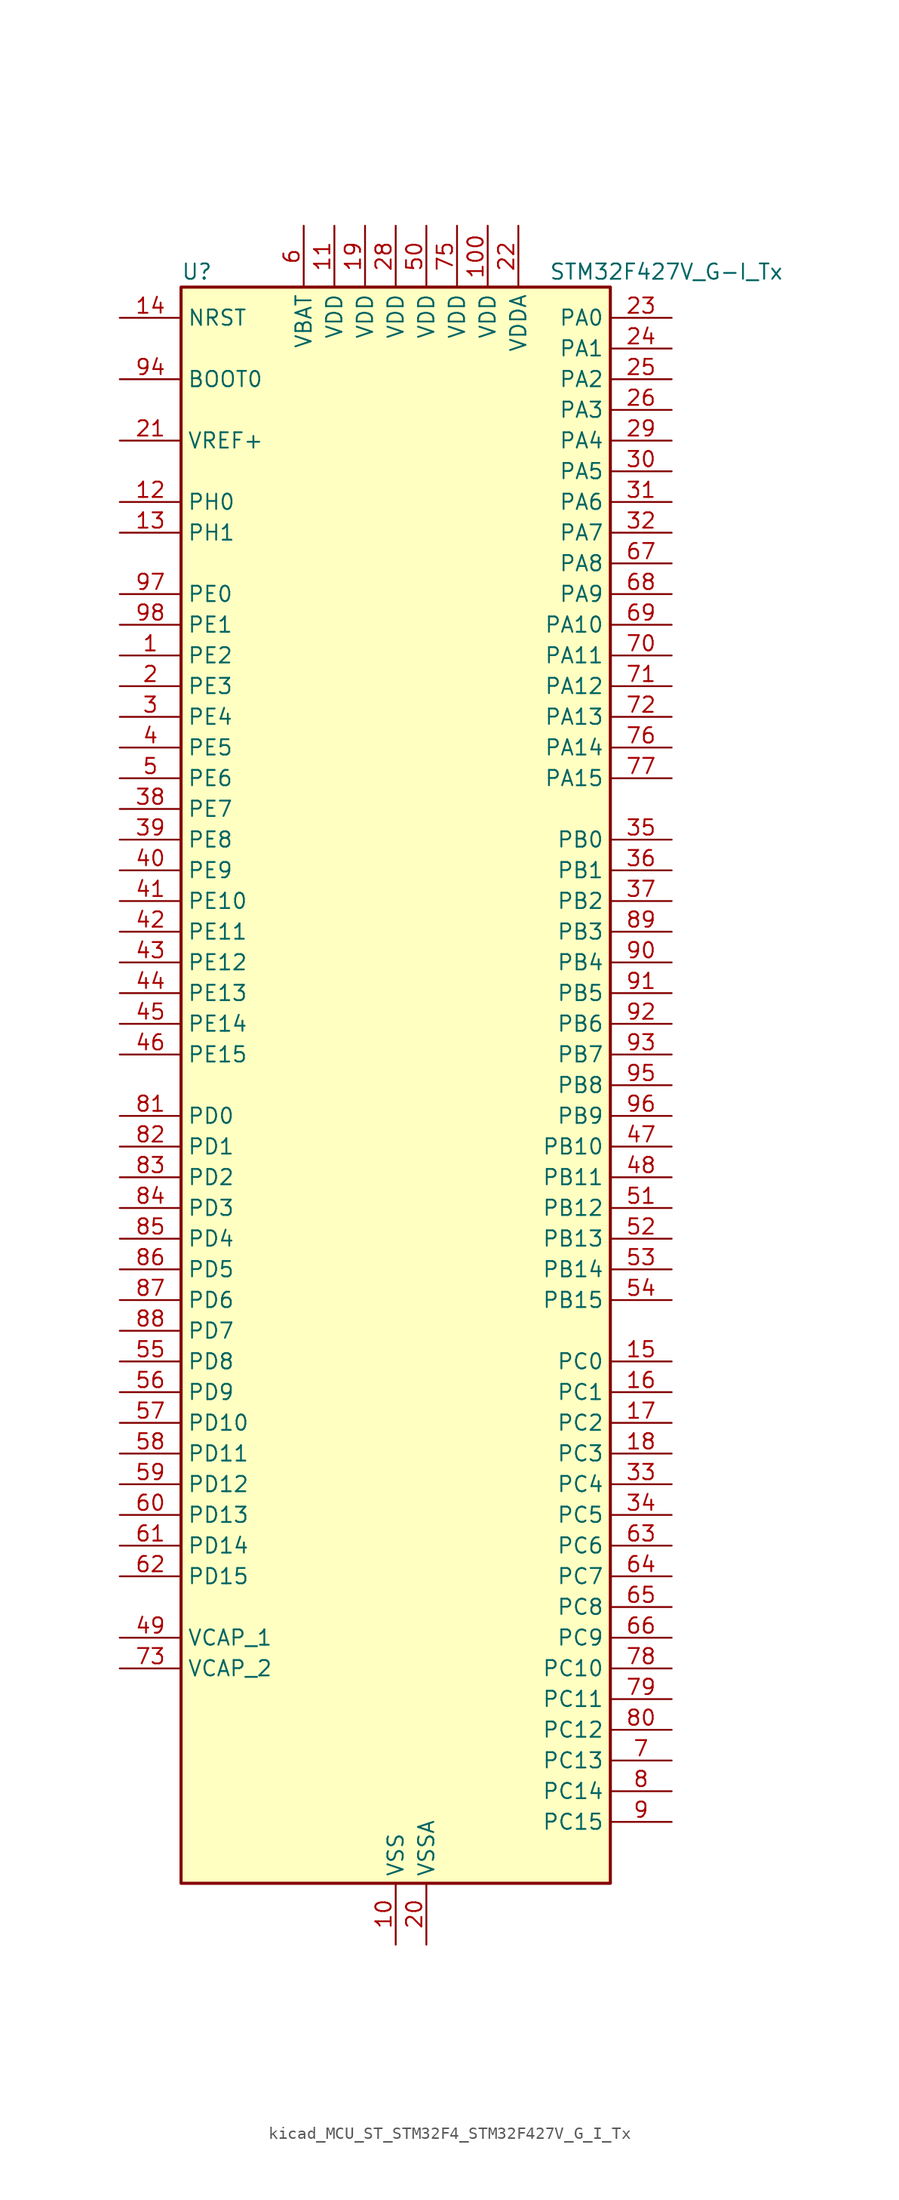
<source format=kicad_sym>
(kicad_symbol_lib
  (version 20220914)
  (generator kicad_symbol_editor)
  (symbol "kicad_MCU_ST_STM32F4_STM32F427V_G_I_Tx"
    (property "Reference" "U"
      (at -17.78 67.31 0)
      (effects (font (size 1.27 1.27)) (justify left)))
    (property "Value" "STM32F427V_G-I_Tx"
      (at 12.7 67.31 0)
      (effects (font (size 1.27 1.27)) (justify left)))
    (property "ki_locked" ""
      (at 0 0 0)
      (effects (font (size 1.27 1.27))))
    (symbol "kicad_MCU_ST_STM32F4_STM32F427V_G_I_Tx_0_1"
      (rectangle (start -17.78 -66.04) (end 17.78 66.04) (stroke (width 0.254) (type default)) (fill (type background))))
    (symbol "kicad_MCU_ST_STM32F4_STM32F427V_G_I_Tx_1_1"
      (pin bidirectional line (at -22.86 35.56 0) (length 5.08) (name "PE2" (effects (font (size 1.27 1.27)))) (number "1" (effects (font (size 1.27 1.27)))) (alternate "ETH_TXD3" bidirectional line) (alternate "FMC_A23" bidirectional line) (alternate "SAI1_MCLK_A" bidirectional line) (alternate "SPI4_SCK" bidirectional line) (alternate "SYS_TRACECLK" bidirectional line))
      (pin power_in line (at 0 -71.12 90) (length 5.08) (name "VSS" (effects (font (size 1.27 1.27)))) (number "10" (effects (font (size 1.27 1.27)))))
      (pin power_in line (at 7.62 71.12 270) (length 5.08) (name "VDD" (effects (font (size 1.27 1.27)))) (number "100" (effects (font (size 1.27 1.27)))))
      (pin power_in line (at -5.08 71.12 270) (length 5.08) (name "VDD" (effects (font (size 1.27 1.27)))) (number "11" (effects (font (size 1.27 1.27)))))
      (pin bidirectional line (at -22.86 48.26 0) (length 5.08) (name "PH0" (effects (font (size 1.27 1.27)))) (number "12" (effects (font (size 1.27 1.27)))) (alternate "RCC_OSC_IN" bidirectional line))
      (pin bidirectional line (at -22.86 45.72 0) (length 5.08) (name "PH1" (effects (font (size 1.27 1.27)))) (number "13" (effects (font (size 1.27 1.27)))) (alternate "RCC_OSC_OUT" bidirectional line))
      (pin input line (at -22.86 63.5 0) (length 5.08) (name "NRST" (effects (font (size 1.27 1.27)))) (number "14" (effects (font (size 1.27 1.27)))))
      (pin bidirectional line (at 22.86 -22.86 180) (length 5.08) (name "PC0" (effects (font (size 1.27 1.27)))) (number "15" (effects (font (size 1.27 1.27)))) (alternate "ADC1_IN10" bidirectional line) (alternate "ADC2_IN10" bidirectional line) (alternate "ADC3_IN10" bidirectional line) (alternate "FMC_SDNWE" bidirectional line) (alternate "USB_OTG_HS_ULPI_STP" bidirectional line))
      (pin bidirectional line (at 22.86 -25.4 180) (length 5.08) (name "PC1" (effects (font (size 1.27 1.27)))) (number "16" (effects (font (size 1.27 1.27)))) (alternate "ADC1_IN11" bidirectional line) (alternate "ADC2_IN11" bidirectional line) (alternate "ADC3_IN11" bidirectional line) (alternate "ETH_MDC" bidirectional line))
      (pin bidirectional line (at 22.86 -27.94 180) (length 5.08) (name "PC2" (effects (font (size 1.27 1.27)))) (number "17" (effects (font (size 1.27 1.27)))) (alternate "ADC1_IN12" bidirectional line) (alternate "ADC2_IN12" bidirectional line) (alternate "ADC3_IN12" bidirectional line) (alternate "ETH_TXD2" bidirectional line) (alternate "FMC_SDNE0" bidirectional line) (alternate "I2S2_ext_SD" bidirectional line) (alternate "SPI2_MISO" bidirectional line) (alternate "USB_OTG_HS_ULPI_DIR" bidirectional line))
      (pin bidirectional line (at 22.86 -30.48 180) (length 5.08) (name "PC3" (effects (font (size 1.27 1.27)))) (number "18" (effects (font (size 1.27 1.27)))) (alternate "ADC1_IN13" bidirectional line) (alternate "ADC2_IN13" bidirectional line) (alternate "ADC3_IN13" bidirectional line) (alternate "ETH_TX_CLK" bidirectional line) (alternate "FMC_SDCKE0" bidirectional line) (alternate "I2S2_SD" bidirectional line) (alternate "SPI2_MOSI" bidirectional line) (alternate "USB_OTG_HS_ULPI_NXT" bidirectional line))
      (pin power_in line (at -2.54 71.12 270) (length 5.08) (name "VDD" (effects (font (size 1.27 1.27)))) (number "19" (effects (font (size 1.27 1.27)))))
      (pin bidirectional line (at -22.86 33.02 0) (length 5.08) (name "PE3" (effects (font (size 1.27 1.27)))) (number "2" (effects (font (size 1.27 1.27)))) (alternate "FMC_A19" bidirectional line) (alternate "SAI1_SD_B" bidirectional line) (alternate "SYS_TRACED0" bidirectional line))
      (pin power_in line (at 2.54 -71.12 90) (length 5.08) (name "VSSA" (effects (font (size 1.27 1.27)))) (number "20" (effects (font (size 1.27 1.27)))))
      (pin input line (at -22.86 53.34 0) (length 5.08) (name "VREF+" (effects (font (size 1.27 1.27)))) (number "21" (effects (font (size 1.27 1.27)))))
      (pin power_in line (at 10.16 71.12 270) (length 5.08) (name "VDDA" (effects (font (size 1.27 1.27)))) (number "22" (effects (font (size 1.27 1.27)))))
      (pin bidirectional line (at 22.86 63.5 180) (length 5.08) (name "PA0" (effects (font (size 1.27 1.27)))) (number "23" (effects (font (size 1.27 1.27)))) (alternate "ADC1_IN0" bidirectional line) (alternate "ADC2_IN0" bidirectional line) (alternate "ADC3_IN0" bidirectional line) (alternate "ETH_CRS" bidirectional line) (alternate "SYS_WKUP" bidirectional line) (alternate "TIM2_CH1" bidirectional line) (alternate "TIM2_ETR" bidirectional line) (alternate "TIM5_CH1" bidirectional line) (alternate "TIM8_ETR" bidirectional line) (alternate "UART4_TX" bidirectional line) (alternate "USART2_CTS" bidirectional line))
      (pin bidirectional line (at 22.86 60.96 180) (length 5.08) (name "PA1" (effects (font (size 1.27 1.27)))) (number "24" (effects (font (size 1.27 1.27)))) (alternate "ADC1_IN1" bidirectional line) (alternate "ADC2_IN1" bidirectional line) (alternate "ADC3_IN1" bidirectional line) (alternate "ETH_REF_CLK" bidirectional line) (alternate "ETH_RX_CLK" bidirectional line) (alternate "TIM2_CH2" bidirectional line) (alternate "TIM5_CH2" bidirectional line) (alternate "UART4_RX" bidirectional line) (alternate "USART2_RTS" bidirectional line))
      (pin bidirectional line (at 22.86 58.42 180) (length 5.08) (name "PA2" (effects (font (size 1.27 1.27)))) (number "25" (effects (font (size 1.27 1.27)))) (alternate "ADC1_IN2" bidirectional line) (alternate "ADC2_IN2" bidirectional line) (alternate "ADC3_IN2" bidirectional line) (alternate "ETH_MDIO" bidirectional line) (alternate "TIM2_CH3" bidirectional line) (alternate "TIM5_CH3" bidirectional line) (alternate "TIM9_CH1" bidirectional line) (alternate "USART2_TX" bidirectional line))
      (pin bidirectional line (at 22.86 55.88 180) (length 5.08) (name "PA3" (effects (font (size 1.27 1.27)))) (number "26" (effects (font (size 1.27 1.27)))) (alternate "ADC1_IN3" bidirectional line) (alternate "ADC2_IN3" bidirectional line) (alternate "ADC3_IN3" bidirectional line) (alternate "ETH_COL" bidirectional line) (alternate "TIM2_CH4" bidirectional line) (alternate "TIM5_CH4" bidirectional line) (alternate "TIM9_CH2" bidirectional line) (alternate "USART2_RX" bidirectional line) (alternate "USB_OTG_HS_ULPI_D0" bidirectional line))
      (pin passive line (at 0 -71.12 90) (length 5.08) hide (name "VSS" (effects (font (size 1.27 1.27)))) (number "27" (effects (font (size 1.27 1.27)))))
      (pin power_in line (at 0 71.12 270) (length 5.08) (name "VDD" (effects (font (size 1.27 1.27)))) (number "28" (effects (font (size 1.27 1.27)))))
      (pin bidirectional line (at 22.86 53.34 180) (length 5.08) (name "PA4" (effects (font (size 1.27 1.27)))) (number "29" (effects (font (size 1.27 1.27)))) (alternate "ADC1_IN4" bidirectional line) (alternate "ADC2_IN4" bidirectional line) (alternate "DAC_OUT1" bidirectional line) (alternate "DCMI_HSYNC" bidirectional line) (alternate "I2S3_WS" bidirectional line) (alternate "SPI1_NSS" bidirectional line) (alternate "SPI3_NSS" bidirectional line) (alternate "USART2_CK" bidirectional line) (alternate "USB_OTG_HS_SOF" bidirectional line))
      (pin bidirectional line (at -22.86 30.48 0) (length 5.08) (name "PE4" (effects (font (size 1.27 1.27)))) (number "3" (effects (font (size 1.27 1.27)))) (alternate "DCMI_D4" bidirectional line) (alternate "FMC_A20" bidirectional line) (alternate "SAI1_FS_A" bidirectional line) (alternate "SPI4_NSS" bidirectional line) (alternate "SYS_TRACED1" bidirectional line))
      (pin bidirectional line (at 22.86 50.8 180) (length 5.08) (name "PA5" (effects (font (size 1.27 1.27)))) (number "30" (effects (font (size 1.27 1.27)))) (alternate "ADC1_IN5" bidirectional line) (alternate "ADC2_IN5" bidirectional line) (alternate "DAC_OUT2" bidirectional line) (alternate "SPI1_SCK" bidirectional line) (alternate "TIM2_CH1" bidirectional line) (alternate "TIM2_ETR" bidirectional line) (alternate "TIM8_CH1N" bidirectional line) (alternate "USB_OTG_HS_ULPI_CK" bidirectional line))
      (pin bidirectional line (at 22.86 48.26 180) (length 5.08) (name "PA6" (effects (font (size 1.27 1.27)))) (number "31" (effects (font (size 1.27 1.27)))) (alternate "ADC1_IN6" bidirectional line) (alternate "ADC2_IN6" bidirectional line) (alternate "DCMI_PIXCLK" bidirectional line) (alternate "SPI1_MISO" bidirectional line) (alternate "TIM13_CH1" bidirectional line) (alternate "TIM1_BKIN" bidirectional line) (alternate "TIM3_CH1" bidirectional line) (alternate "TIM8_BKIN" bidirectional line))
      (pin bidirectional line (at 22.86 45.72 180) (length 5.08) (name "PA7" (effects (font (size 1.27 1.27)))) (number "32" (effects (font (size 1.27 1.27)))) (alternate "ADC1_IN7" bidirectional line) (alternate "ADC2_IN7" bidirectional line) (alternate "ETH_CRS_DV" bidirectional line) (alternate "ETH_RX_DV" bidirectional line) (alternate "SPI1_MOSI" bidirectional line) (alternate "TIM14_CH1" bidirectional line) (alternate "TIM1_CH1N" bidirectional line) (alternate "TIM3_CH2" bidirectional line) (alternate "TIM8_CH1N" bidirectional line))
      (pin bidirectional line (at 22.86 -33.02 180) (length 5.08) (name "PC4" (effects (font (size 1.27 1.27)))) (number "33" (effects (font (size 1.27 1.27)))) (alternate "ADC1_IN14" bidirectional line) (alternate "ADC2_IN14" bidirectional line) (alternate "ETH_RXD0" bidirectional line))
      (pin bidirectional line (at 22.86 -35.56 180) (length 5.08) (name "PC5" (effects (font (size 1.27 1.27)))) (number "34" (effects (font (size 1.27 1.27)))) (alternate "ADC1_IN15" bidirectional line) (alternate "ADC2_IN15" bidirectional line) (alternate "ETH_RXD1" bidirectional line))
      (pin bidirectional line (at 22.86 20.32 180) (length 5.08) (name "PB0" (effects (font (size 1.27 1.27)))) (number "35" (effects (font (size 1.27 1.27)))) (alternate "ADC1_IN8" bidirectional line) (alternate "ADC2_IN8" bidirectional line) (alternate "ETH_RXD2" bidirectional line) (alternate "TIM1_CH2N" bidirectional line) (alternate "TIM3_CH3" bidirectional line) (alternate "TIM8_CH2N" bidirectional line) (alternate "USB_OTG_HS_ULPI_D1" bidirectional line))
      (pin bidirectional line (at 22.86 17.78 180) (length 5.08) (name "PB1" (effects (font (size 1.27 1.27)))) (number "36" (effects (font (size 1.27 1.27)))) (alternate "ADC1_IN9" bidirectional line) (alternate "ADC2_IN9" bidirectional line) (alternate "ETH_RXD3" bidirectional line) (alternate "TIM1_CH3N" bidirectional line) (alternate "TIM3_CH4" bidirectional line) (alternate "TIM8_CH3N" bidirectional line) (alternate "USB_OTG_HS_ULPI_D2" bidirectional line))
      (pin bidirectional line (at 22.86 15.24 180) (length 5.08) (name "PB2" (effects (font (size 1.27 1.27)))) (number "37" (effects (font (size 1.27 1.27)))))
      (pin bidirectional line (at -22.86 22.86 0) (length 5.08) (name "PE7" (effects (font (size 1.27 1.27)))) (number "38" (effects (font (size 1.27 1.27)))) (alternate "FMC_D4" bidirectional line) (alternate "FMC_DA4" bidirectional line) (alternate "TIM1_ETR" bidirectional line) (alternate "UART7_RX" bidirectional line))
      (pin bidirectional line (at -22.86 20.32 0) (length 5.08) (name "PE8" (effects (font (size 1.27 1.27)))) (number "39" (effects (font (size 1.27 1.27)))) (alternate "FMC_D5" bidirectional line) (alternate "FMC_DA5" bidirectional line) (alternate "TIM1_CH1N" bidirectional line) (alternate "UART7_TX" bidirectional line))
      (pin bidirectional line (at -22.86 27.94 0) (length 5.08) (name "PE5" (effects (font (size 1.27 1.27)))) (number "4" (effects (font (size 1.27 1.27)))) (alternate "DCMI_D6" bidirectional line) (alternate "FMC_A21" bidirectional line) (alternate "SAI1_SCK_A" bidirectional line) (alternate "SPI4_MISO" bidirectional line) (alternate "SYS_TRACED2" bidirectional line) (alternate "TIM9_CH1" bidirectional line))
      (pin bidirectional line (at -22.86 17.78 0) (length 5.08) (name "PE9" (effects (font (size 1.27 1.27)))) (number "40" (effects (font (size 1.27 1.27)))) (alternate "DAC_EXTI9" bidirectional line) (alternate "FMC_D6" bidirectional line) (alternate "FMC_DA6" bidirectional line) (alternate "TIM1_CH1" bidirectional line))
      (pin bidirectional line (at -22.86 15.24 0) (length 5.08) (name "PE10" (effects (font (size 1.27 1.27)))) (number "41" (effects (font (size 1.27 1.27)))) (alternate "FMC_D7" bidirectional line) (alternate "FMC_DA7" bidirectional line) (alternate "TIM1_CH2N" bidirectional line))
      (pin bidirectional line (at -22.86 12.7 0) (length 5.08) (name "PE11" (effects (font (size 1.27 1.27)))) (number "42" (effects (font (size 1.27 1.27)))) (alternate "ADC1_EXTI11" bidirectional line) (alternate "ADC2_EXTI11" bidirectional line) (alternate "ADC3_EXTI11" bidirectional line) (alternate "FMC_D8" bidirectional line) (alternate "FMC_DA8" bidirectional line) (alternate "SPI4_NSS" bidirectional line) (alternate "TIM1_CH2" bidirectional line))
      (pin bidirectional line (at -22.86 10.16 0) (length 5.08) (name "PE12" (effects (font (size 1.27 1.27)))) (number "43" (effects (font (size 1.27 1.27)))) (alternate "FMC_D9" bidirectional line) (alternate "FMC_DA9" bidirectional line) (alternate "SPI4_SCK" bidirectional line) (alternate "TIM1_CH3N" bidirectional line))
      (pin bidirectional line (at -22.86 7.62 0) (length 5.08) (name "PE13" (effects (font (size 1.27 1.27)))) (number "44" (effects (font (size 1.27 1.27)))) (alternate "FMC_D10" bidirectional line) (alternate "FMC_DA10" bidirectional line) (alternate "SPI4_MISO" bidirectional line) (alternate "TIM1_CH3" bidirectional line))
      (pin bidirectional line (at -22.86 5.08 0) (length 5.08) (name "PE14" (effects (font (size 1.27 1.27)))) (number "45" (effects (font (size 1.27 1.27)))) (alternate "FMC_D11" bidirectional line) (alternate "FMC_DA11" bidirectional line) (alternate "SPI4_MOSI" bidirectional line) (alternate "TIM1_CH4" bidirectional line))
      (pin bidirectional line (at -22.86 2.54 0) (length 5.08) (name "PE15" (effects (font (size 1.27 1.27)))) (number "46" (effects (font (size 1.27 1.27)))) (alternate "ADC1_EXTI15" bidirectional line) (alternate "ADC2_EXTI15" bidirectional line) (alternate "ADC3_EXTI15" bidirectional line) (alternate "FMC_D12" bidirectional line) (alternate "FMC_DA12" bidirectional line) (alternate "TIM1_BKIN" bidirectional line))
      (pin bidirectional line (at 22.86 -5.08 180) (length 5.08) (name "PB10" (effects (font (size 1.27 1.27)))) (number "47" (effects (font (size 1.27 1.27)))) (alternate "ETH_RX_ER" bidirectional line) (alternate "I2C2_SCL" bidirectional line) (alternate "I2S2_CK" bidirectional line) (alternate "SPI2_SCK" bidirectional line) (alternate "TIM2_CH3" bidirectional line) (alternate "USART3_TX" bidirectional line) (alternate "USB_OTG_HS_ULPI_D3" bidirectional line))
      (pin bidirectional line (at 22.86 -7.62 180) (length 5.08) (name "PB11" (effects (font (size 1.27 1.27)))) (number "48" (effects (font (size 1.27 1.27)))) (alternate "ADC1_EXTI11" bidirectional line) (alternate "ADC2_EXTI11" bidirectional line) (alternate "ADC3_EXTI11" bidirectional line) (alternate "ETH_TX_EN" bidirectional line) (alternate "I2C2_SDA" bidirectional line) (alternate "TIM2_CH4" bidirectional line) (alternate "USART3_RX" bidirectional line) (alternate "USB_OTG_HS_ULPI_D4" bidirectional line))
      (pin power_out line (at -22.86 -45.72 0) (length 5.08) (name "VCAP_1" (effects (font (size 1.27 1.27)))) (number "49" (effects (font (size 1.27 1.27)))))
      (pin bidirectional line (at -22.86 25.4 0) (length 5.08) (name "PE6" (effects (font (size 1.27 1.27)))) (number "5" (effects (font (size 1.27 1.27)))) (alternate "DCMI_D7" bidirectional line) (alternate "FMC_A22" bidirectional line) (alternate "SAI1_SD_A" bidirectional line) (alternate "SPI4_MOSI" bidirectional line) (alternate "SYS_TRACED3" bidirectional line) (alternate "TIM9_CH2" bidirectional line))
      (pin power_in line (at 2.54 71.12 270) (length 5.08) (name "VDD" (effects (font (size 1.27 1.27)))) (number "50" (effects (font (size 1.27 1.27)))))
      (pin bidirectional line (at 22.86 -10.16 180) (length 5.08) (name "PB12" (effects (font (size 1.27 1.27)))) (number "51" (effects (font (size 1.27 1.27)))) (alternate "CAN2_RX" bidirectional line) (alternate "ETH_TXD0" bidirectional line) (alternate "I2C2_SMBA" bidirectional line) (alternate "I2S2_WS" bidirectional line) (alternate "SPI2_NSS" bidirectional line) (alternate "TIM1_BKIN" bidirectional line) (alternate "USART3_CK" bidirectional line) (alternate "USB_OTG_HS_ID" bidirectional line) (alternate "USB_OTG_HS_ULPI_D5" bidirectional line))
      (pin bidirectional line (at 22.86 -12.7 180) (length 5.08) (name "PB13" (effects (font (size 1.27 1.27)))) (number "52" (effects (font (size 1.27 1.27)))) (alternate "CAN2_TX" bidirectional line) (alternate "ETH_TXD1" bidirectional line) (alternate "I2S2_CK" bidirectional line) (alternate "SPI2_SCK" bidirectional line) (alternate "TIM1_CH1N" bidirectional line) (alternate "USART3_CTS" bidirectional line) (alternate "USB_OTG_HS_ULPI_D6" bidirectional line) (alternate "USB_OTG_HS_VBUS" bidirectional line))
      (pin bidirectional line (at 22.86 -15.24 180) (length 5.08) (name "PB14" (effects (font (size 1.27 1.27)))) (number "53" (effects (font (size 1.27 1.27)))) (alternate "I2S2_ext_SD" bidirectional line) (alternate "SPI2_MISO" bidirectional line) (alternate "TIM12_CH1" bidirectional line) (alternate "TIM1_CH2N" bidirectional line) (alternate "TIM8_CH2N" bidirectional line) (alternate "USART3_RTS" bidirectional line) (alternate "USB_OTG_HS_DM" bidirectional line))
      (pin bidirectional line (at 22.86 -17.78 180) (length 5.08) (name "PB15" (effects (font (size 1.27 1.27)))) (number "54" (effects (font (size 1.27 1.27)))) (alternate "ADC1_EXTI15" bidirectional line) (alternate "ADC2_EXTI15" bidirectional line) (alternate "ADC3_EXTI15" bidirectional line) (alternate "I2S2_SD" bidirectional line) (alternate "RTC_REFIN" bidirectional line) (alternate "SPI2_MOSI" bidirectional line) (alternate "TIM12_CH2" bidirectional line) (alternate "TIM1_CH3N" bidirectional line) (alternate "TIM8_CH3N" bidirectional line) (alternate "USB_OTG_HS_DP" bidirectional line))
      (pin bidirectional line (at -22.86 -22.86 0) (length 5.08) (name "PD8" (effects (font (size 1.27 1.27)))) (number "55" (effects (font (size 1.27 1.27)))) (alternate "FMC_D13" bidirectional line) (alternate "FMC_DA13" bidirectional line) (alternate "USART3_TX" bidirectional line))
      (pin bidirectional line (at -22.86 -25.4 0) (length 5.08) (name "PD9" (effects (font (size 1.27 1.27)))) (number "56" (effects (font (size 1.27 1.27)))) (alternate "DAC_EXTI9" bidirectional line) (alternate "FMC_D14" bidirectional line) (alternate "FMC_DA14" bidirectional line) (alternate "USART3_RX" bidirectional line))
      (pin bidirectional line (at -22.86 -27.94 0) (length 5.08) (name "PD10" (effects (font (size 1.27 1.27)))) (number "57" (effects (font (size 1.27 1.27)))) (alternate "FMC_D15" bidirectional line) (alternate "FMC_DA15" bidirectional line) (alternate "USART3_CK" bidirectional line))
      (pin bidirectional line (at -22.86 -30.48 0) (length 5.08) (name "PD11" (effects (font (size 1.27 1.27)))) (number "58" (effects (font (size 1.27 1.27)))) (alternate "ADC1_EXTI11" bidirectional line) (alternate "ADC2_EXTI11" bidirectional line) (alternate "ADC3_EXTI11" bidirectional line) (alternate "FMC_A16" bidirectional line) (alternate "FMC_CLE" bidirectional line) (alternate "USART3_CTS" bidirectional line))
      (pin bidirectional line (at -22.86 -33.02 0) (length 5.08) (name "PD12" (effects (font (size 1.27 1.27)))) (number "59" (effects (font (size 1.27 1.27)))) (alternate "FMC_A17" bidirectional line) (alternate "FMC_ALE" bidirectional line) (alternate "TIM4_CH1" bidirectional line) (alternate "USART3_RTS" bidirectional line))
      (pin power_in line (at -7.62 71.12 270) (length 5.08) (name "VBAT" (effects (font (size 1.27 1.27)))) (number "6" (effects (font (size 1.27 1.27)))))
      (pin bidirectional line (at -22.86 -35.56 0) (length 5.08) (name "PD13" (effects (font (size 1.27 1.27)))) (number "60" (effects (font (size 1.27 1.27)))) (alternate "FMC_A18" bidirectional line) (alternate "TIM4_CH2" bidirectional line))
      (pin bidirectional line (at -22.86 -38.1 0) (length 5.08) (name "PD14" (effects (font (size 1.27 1.27)))) (number "61" (effects (font (size 1.27 1.27)))) (alternate "FMC_D0" bidirectional line) (alternate "FMC_DA0" bidirectional line) (alternate "TIM4_CH3" bidirectional line))
      (pin bidirectional line (at -22.86 -40.64 0) (length 5.08) (name "PD15" (effects (font (size 1.27 1.27)))) (number "62" (effects (font (size 1.27 1.27)))) (alternate "ADC1_EXTI15" bidirectional line) (alternate "ADC2_EXTI15" bidirectional line) (alternate "ADC3_EXTI15" bidirectional line) (alternate "FMC_D1" bidirectional line) (alternate "FMC_DA1" bidirectional line) (alternate "TIM4_CH4" bidirectional line))
      (pin bidirectional line (at 22.86 -38.1 180) (length 5.08) (name "PC6" (effects (font (size 1.27 1.27)))) (number "63" (effects (font (size 1.27 1.27)))) (alternate "DCMI_D0" bidirectional line) (alternate "I2S2_MCK" bidirectional line) (alternate "SDIO_D6" bidirectional line) (alternate "TIM3_CH1" bidirectional line) (alternate "TIM8_CH1" bidirectional line) (alternate "USART6_TX" bidirectional line))
      (pin bidirectional line (at 22.86 -40.64 180) (length 5.08) (name "PC7" (effects (font (size 1.27 1.27)))) (number "64" (effects (font (size 1.27 1.27)))) (alternate "DCMI_D1" bidirectional line) (alternate "I2S3_MCK" bidirectional line) (alternate "SDIO_D7" bidirectional line) (alternate "TIM3_CH2" bidirectional line) (alternate "TIM8_CH2" bidirectional line) (alternate "USART6_RX" bidirectional line))
      (pin bidirectional line (at 22.86 -43.18 180) (length 5.08) (name "PC8" (effects (font (size 1.27 1.27)))) (number "65" (effects (font (size 1.27 1.27)))) (alternate "DCMI_D2" bidirectional line) (alternate "SDIO_D0" bidirectional line) (alternate "TIM3_CH3" bidirectional line) (alternate "TIM8_CH3" bidirectional line) (alternate "USART6_CK" bidirectional line))
      (pin bidirectional line (at 22.86 -45.72 180) (length 5.08) (name "PC9" (effects (font (size 1.27 1.27)))) (number "66" (effects (font (size 1.27 1.27)))) (alternate "DAC_EXTI9" bidirectional line) (alternate "DCMI_D3" bidirectional line) (alternate "I2C3_SDA" bidirectional line) (alternate "I2S_CKIN" bidirectional line) (alternate "RCC_MCO_2" bidirectional line) (alternate "SDIO_D1" bidirectional line) (alternate "TIM3_CH4" bidirectional line) (alternate "TIM8_CH4" bidirectional line))
      (pin bidirectional line (at 22.86 43.18 180) (length 5.08) (name "PA8" (effects (font (size 1.27 1.27)))) (number "67" (effects (font (size 1.27 1.27)))) (alternate "I2C3_SCL" bidirectional line) (alternate "RCC_MCO_1" bidirectional line) (alternate "TIM1_CH1" bidirectional line) (alternate "USART1_CK" bidirectional line) (alternate "USB_OTG_FS_SOF" bidirectional line))
      (pin bidirectional line (at 22.86 40.64 180) (length 5.08) (name "PA9" (effects (font (size 1.27 1.27)))) (number "68" (effects (font (size 1.27 1.27)))) (alternate "DAC_EXTI9" bidirectional line) (alternate "DCMI_D0" bidirectional line) (alternate "I2C3_SMBA" bidirectional line) (alternate "TIM1_CH2" bidirectional line) (alternate "USART1_TX" bidirectional line) (alternate "USB_OTG_FS_VBUS" bidirectional line))
      (pin bidirectional line (at 22.86 38.1 180) (length 5.08) (name "PA10" (effects (font (size 1.27 1.27)))) (number "69" (effects (font (size 1.27 1.27)))) (alternate "DCMI_D1" bidirectional line) (alternate "TIM1_CH3" bidirectional line) (alternate "USART1_RX" bidirectional line) (alternate "USB_OTG_FS_ID" bidirectional line))
      (pin bidirectional line (at 22.86 -55.88 180) (length 5.08) (name "PC13" (effects (font (size 1.27 1.27)))) (number "7" (effects (font (size 1.27 1.27)))) (alternate "RTC_AF1" bidirectional line))
      (pin bidirectional line (at 22.86 35.56 180) (length 5.08) (name "PA11" (effects (font (size 1.27 1.27)))) (number "70" (effects (font (size 1.27 1.27)))) (alternate "ADC1_EXTI11" bidirectional line) (alternate "ADC2_EXTI11" bidirectional line) (alternate "ADC3_EXTI11" bidirectional line) (alternate "CAN1_RX" bidirectional line) (alternate "TIM1_CH4" bidirectional line) (alternate "USART1_CTS" bidirectional line) (alternate "USB_OTG_FS_DM" bidirectional line))
      (pin bidirectional line (at 22.86 33.02 180) (length 5.08) (name "PA12" (effects (font (size 1.27 1.27)))) (number "71" (effects (font (size 1.27 1.27)))) (alternate "CAN1_TX" bidirectional line) (alternate "TIM1_ETR" bidirectional line) (alternate "USART1_RTS" bidirectional line) (alternate "USB_OTG_FS_DP" bidirectional line))
      (pin bidirectional line (at 22.86 30.48 180) (length 5.08) (name "PA13" (effects (font (size 1.27 1.27)))) (number "72" (effects (font (size 1.27 1.27)))) (alternate "SYS_JTMS-SWDIO" bidirectional line))
      (pin power_out line (at -22.86 -48.26 0) (length 5.08) (name "VCAP_2" (effects (font (size 1.27 1.27)))) (number "73" (effects (font (size 1.27 1.27)))))
      (pin passive line (at 0 -71.12 90) (length 5.08) hide (name "VSS" (effects (font (size 1.27 1.27)))) (number "74" (effects (font (size 1.27 1.27)))))
      (pin power_in line (at 5.08 71.12 270) (length 5.08) (name "VDD" (effects (font (size 1.27 1.27)))) (number "75" (effects (font (size 1.27 1.27)))))
      (pin bidirectional line (at 22.86 27.94 180) (length 5.08) (name "PA14" (effects (font (size 1.27 1.27)))) (number "76" (effects (font (size 1.27 1.27)))) (alternate "SYS_JTCK-SWCLK" bidirectional line))
      (pin bidirectional line (at 22.86 25.4 180) (length 5.08) (name "PA15" (effects (font (size 1.27 1.27)))) (number "77" (effects (font (size 1.27 1.27)))) (alternate "ADC1_EXTI15" bidirectional line) (alternate "ADC2_EXTI15" bidirectional line) (alternate "ADC3_EXTI15" bidirectional line) (alternate "I2S3_WS" bidirectional line) (alternate "SPI1_NSS" bidirectional line) (alternate "SPI3_NSS" bidirectional line) (alternate "SYS_JTDI" bidirectional line) (alternate "TIM2_CH1" bidirectional line) (alternate "TIM2_ETR" bidirectional line))
      (pin bidirectional line (at 22.86 -48.26 180) (length 5.08) (name "PC10" (effects (font (size 1.27 1.27)))) (number "78" (effects (font (size 1.27 1.27)))) (alternate "DCMI_D8" bidirectional line) (alternate "I2S3_CK" bidirectional line) (alternate "SDIO_D2" bidirectional line) (alternate "SPI3_SCK" bidirectional line) (alternate "UART4_TX" bidirectional line) (alternate "USART3_TX" bidirectional line))
      (pin bidirectional line (at 22.86 -50.8 180) (length 5.08) (name "PC11" (effects (font (size 1.27 1.27)))) (number "79" (effects (font (size 1.27 1.27)))) (alternate "ADC1_EXTI11" bidirectional line) (alternate "ADC2_EXTI11" bidirectional line) (alternate "ADC3_EXTI11" bidirectional line) (alternate "DCMI_D4" bidirectional line) (alternate "I2S3_ext_SD" bidirectional line) (alternate "SDIO_D3" bidirectional line) (alternate "SPI3_MISO" bidirectional line) (alternate "UART4_RX" bidirectional line) (alternate "USART3_RX" bidirectional line))
      (pin bidirectional line (at 22.86 -58.42 180) (length 5.08) (name "PC14" (effects (font (size 1.27 1.27)))) (number "8" (effects (font (size 1.27 1.27)))) (alternate "RCC_OSC32_IN" bidirectional line))
      (pin bidirectional line (at 22.86 -53.34 180) (length 5.08) (name "PC12" (effects (font (size 1.27 1.27)))) (number "80" (effects (font (size 1.27 1.27)))) (alternate "DCMI_D9" bidirectional line) (alternate "I2S3_SD" bidirectional line) (alternate "SDIO_CK" bidirectional line) (alternate "SPI3_MOSI" bidirectional line) (alternate "UART5_TX" bidirectional line) (alternate "USART3_CK" bidirectional line))
      (pin bidirectional line (at -22.86 -2.54 0) (length 5.08) (name "PD0" (effects (font (size 1.27 1.27)))) (number "81" (effects (font (size 1.27 1.27)))) (alternate "CAN1_RX" bidirectional line) (alternate "FMC_D2" bidirectional line) (alternate "FMC_DA2" bidirectional line))
      (pin bidirectional line (at -22.86 -5.08 0) (length 5.08) (name "PD1" (effects (font (size 1.27 1.27)))) (number "82" (effects (font (size 1.27 1.27)))) (alternate "CAN1_TX" bidirectional line) (alternate "FMC_D3" bidirectional line) (alternate "FMC_DA3" bidirectional line))
      (pin bidirectional line (at -22.86 -7.62 0) (length 5.08) (name "PD2" (effects (font (size 1.27 1.27)))) (number "83" (effects (font (size 1.27 1.27)))) (alternate "DCMI_D11" bidirectional line) (alternate "SDIO_CMD" bidirectional line) (alternate "TIM3_ETR" bidirectional line) (alternate "UART5_RX" bidirectional line))
      (pin bidirectional line (at -22.86 -10.16 0) (length 5.08) (name "PD3" (effects (font (size 1.27 1.27)))) (number "84" (effects (font (size 1.27 1.27)))) (alternate "DCMI_D5" bidirectional line) (alternate "FMC_CLK" bidirectional line) (alternate "I2S2_CK" bidirectional line) (alternate "SPI2_SCK" bidirectional line) (alternate "USART2_CTS" bidirectional line))
      (pin bidirectional line (at -22.86 -12.7 0) (length 5.08) (name "PD4" (effects (font (size 1.27 1.27)))) (number "85" (effects (font (size 1.27 1.27)))) (alternate "FMC_NOE" bidirectional line) (alternate "USART2_RTS" bidirectional line))
      (pin bidirectional line (at -22.86 -15.24 0) (length 5.08) (name "PD5" (effects (font (size 1.27 1.27)))) (number "86" (effects (font (size 1.27 1.27)))) (alternate "FMC_NWE" bidirectional line) (alternate "USART2_TX" bidirectional line))
      (pin bidirectional line (at -22.86 -17.78 0) (length 5.08) (name "PD6" (effects (font (size 1.27 1.27)))) (number "87" (effects (font (size 1.27 1.27)))) (alternate "DCMI_D10" bidirectional line) (alternate "FMC_NWAIT" bidirectional line) (alternate "I2S3_SD" bidirectional line) (alternate "SAI1_SD_A" bidirectional line) (alternate "SPI3_MOSI" bidirectional line) (alternate "USART2_RX" bidirectional line))
      (pin bidirectional line (at -22.86 -20.32 0) (length 5.08) (name "PD7" (effects (font (size 1.27 1.27)))) (number "88" (effects (font (size 1.27 1.27)))) (alternate "FMC_NCE2" bidirectional line) (alternate "FMC_NE1" bidirectional line) (alternate "USART2_CK" bidirectional line))
      (pin bidirectional line (at 22.86 12.7 180) (length 5.08) (name "PB3" (effects (font (size 1.27 1.27)))) (number "89" (effects (font (size 1.27 1.27)))) (alternate "I2S3_CK" bidirectional line) (alternate "SPI1_SCK" bidirectional line) (alternate "SPI3_SCK" bidirectional line) (alternate "SYS_JTDO-SWO" bidirectional line) (alternate "TIM2_CH2" bidirectional line))
      (pin bidirectional line (at 22.86 -60.96 180) (length 5.08) (name "PC15" (effects (font (size 1.27 1.27)))) (number "9" (effects (font (size 1.27 1.27)))) (alternate "ADC1_EXTI15" bidirectional line) (alternate "ADC2_EXTI15" bidirectional line) (alternate "ADC3_EXTI15" bidirectional line) (alternate "RCC_OSC32_OUT" bidirectional line))
      (pin bidirectional line (at 22.86 10.16 180) (length 5.08) (name "PB4" (effects (font (size 1.27 1.27)))) (number "90" (effects (font (size 1.27 1.27)))) (alternate "I2S3_ext_SD" bidirectional line) (alternate "SPI1_MISO" bidirectional line) (alternate "SPI3_MISO" bidirectional line) (alternate "SYS_JTRST" bidirectional line) (alternate "TIM3_CH1" bidirectional line))
      (pin bidirectional line (at 22.86 7.62 180) (length 5.08) (name "PB5" (effects (font (size 1.27 1.27)))) (number "91" (effects (font (size 1.27 1.27)))) (alternate "CAN2_RX" bidirectional line) (alternate "DCMI_D10" bidirectional line) (alternate "ETH_PPS_OUT" bidirectional line) (alternate "FMC_SDCKE1" bidirectional line) (alternate "I2C1_SMBA" bidirectional line) (alternate "I2S3_SD" bidirectional line) (alternate "SPI1_MOSI" bidirectional line) (alternate "SPI3_MOSI" bidirectional line) (alternate "TIM3_CH2" bidirectional line) (alternate "USB_OTG_HS_ULPI_D7" bidirectional line))
      (pin bidirectional line (at 22.86 5.08 180) (length 5.08) (name "PB6" (effects (font (size 1.27 1.27)))) (number "92" (effects (font (size 1.27 1.27)))) (alternate "CAN2_TX" bidirectional line) (alternate "DCMI_D5" bidirectional line) (alternate "FMC_SDNE1" bidirectional line) (alternate "I2C1_SCL" bidirectional line) (alternate "TIM4_CH1" bidirectional line) (alternate "USART1_TX" bidirectional line))
      (pin bidirectional line (at 22.86 2.54 180) (length 5.08) (name "PB7" (effects (font (size 1.27 1.27)))) (number "93" (effects (font (size 1.27 1.27)))) (alternate "DCMI_VSYNC" bidirectional line) (alternate "FMC_NL" bidirectional line) (alternate "I2C1_SDA" bidirectional line) (alternate "TIM4_CH2" bidirectional line) (alternate "USART1_RX" bidirectional line))
      (pin input line (at -22.86 58.42 0) (length 5.08) (name "BOOT0" (effects (font (size 1.27 1.27)))) (number "94" (effects (font (size 1.27 1.27)))))
      (pin bidirectional line (at 22.86 0 180) (length 5.08) (name "PB8" (effects (font (size 1.27 1.27)))) (number "95" (effects (font (size 1.27 1.27)))) (alternate "CAN1_RX" bidirectional line) (alternate "DCMI_D6" bidirectional line) (alternate "ETH_TXD3" bidirectional line) (alternate "I2C1_SCL" bidirectional line) (alternate "SDIO_D4" bidirectional line) (alternate "TIM10_CH1" bidirectional line) (alternate "TIM4_CH3" bidirectional line))
      (pin bidirectional line (at 22.86 -2.54 180) (length 5.08) (name "PB9" (effects (font (size 1.27 1.27)))) (number "96" (effects (font (size 1.27 1.27)))) (alternate "CAN1_TX" bidirectional line) (alternate "DAC_EXTI9" bidirectional line) (alternate "DCMI_D7" bidirectional line) (alternate "I2C1_SDA" bidirectional line) (alternate "I2S2_WS" bidirectional line) (alternate "SDIO_D5" bidirectional line) (alternate "SPI2_NSS" bidirectional line) (alternate "TIM11_CH1" bidirectional line) (alternate "TIM4_CH4" bidirectional line))
      (pin bidirectional line (at -22.86 40.64 0) (length 5.08) (name "PE0" (effects (font (size 1.27 1.27)))) (number "97" (effects (font (size 1.27 1.27)))) (alternate "DCMI_D2" bidirectional line) (alternate "FMC_NBL0" bidirectional line) (alternate "TIM4_ETR" bidirectional line) (alternate "UART8_RX" bidirectional line))
      (pin bidirectional line (at -22.86 38.1 0) (length 5.08) (name "PE1" (effects (font (size 1.27 1.27)))) (number "98" (effects (font (size 1.27 1.27)))) (alternate "DCMI_D3" bidirectional line) (alternate "FMC_NBL1" bidirectional line) (alternate "UART8_TX" bidirectional line))
      (pin passive line (at 0 -71.12 90) (length 5.08) hide (name "VSS" (effects (font (size 1.27 1.27)))) (number "99" (effects (font (size 1.27 1.27))))))))
</source>
